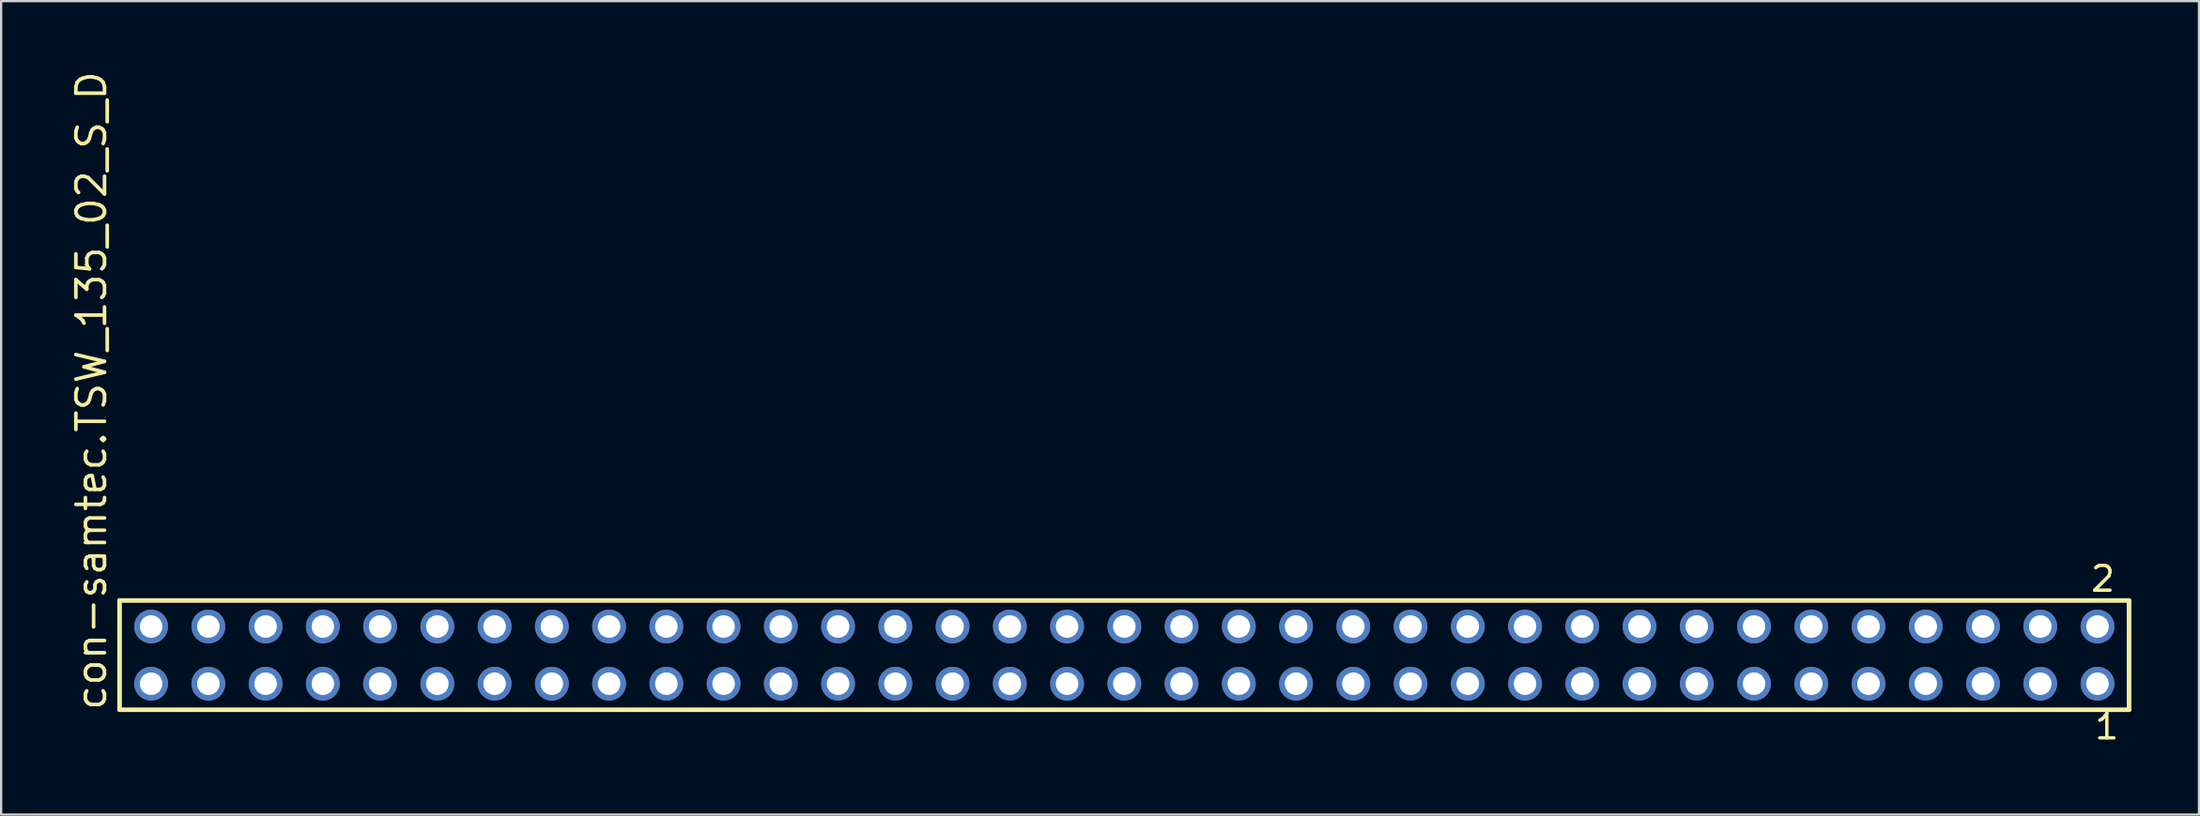
<source format=kicad_pcb>
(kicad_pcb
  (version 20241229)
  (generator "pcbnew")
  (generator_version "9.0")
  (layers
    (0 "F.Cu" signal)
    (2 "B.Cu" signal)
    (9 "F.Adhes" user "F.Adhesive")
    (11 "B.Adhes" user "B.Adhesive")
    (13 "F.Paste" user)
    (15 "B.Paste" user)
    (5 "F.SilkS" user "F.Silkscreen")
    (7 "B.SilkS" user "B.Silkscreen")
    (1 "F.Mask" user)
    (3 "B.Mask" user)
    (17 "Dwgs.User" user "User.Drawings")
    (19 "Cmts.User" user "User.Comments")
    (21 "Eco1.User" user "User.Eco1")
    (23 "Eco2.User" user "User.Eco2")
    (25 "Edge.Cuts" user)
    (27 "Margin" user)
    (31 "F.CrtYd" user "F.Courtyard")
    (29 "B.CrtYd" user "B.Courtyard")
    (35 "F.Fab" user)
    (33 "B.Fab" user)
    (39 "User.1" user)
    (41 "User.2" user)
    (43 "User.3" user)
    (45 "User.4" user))
  (footprint "con-samtec.TSW_135_02_S_D"
    (layer "F.Cu")
    (at 46.835 26.049)
    (property "Reference" "con-samtec.TSW_135_02_S_D" (at -45.085 2.54 90) (layer "F.SilkS") (effects (font (size 1.27 1.27) (thickness 0.16)) (justify left bottom)))
    (attr through_hole)
    (fp_line (start -44.579 -2.425) (end 44.579 -2.425) (stroke (width 0.203) (type default)) (layer "F.SilkS"))
    (fp_line (start -44.579 2.425) (end -44.579 -2.425) (stroke (width 0.203) (type default)) (layer "F.SilkS"))
    (fp_line (start 44.579 -2.425) (end 44.579 2.425) (stroke (width 0.203) (type default)) (layer "F.SilkS"))
    (fp_line (start 44.579 2.425) (end -44.579 2.425) (stroke (width 0.203) (type default)) (layer "F.SilkS"))
    (fp_rect (start -43.53 -0.92) (end -42.83 -1.62) (stroke (width 0.05) (type default)) (fill no) (layer "F.Fab"))
    (fp_rect (start -43.53 1.62) (end -42.83 0.92) (stroke (width 0.05) (type default)) (fill no) (layer "F.Fab"))
    (fp_rect (start -40.99 -0.92) (end -40.29 -1.62) (stroke (width 0.05) (type default)) (fill no) (layer "F.Fab"))
    (fp_rect (start -40.99 1.62) (end -40.29 0.92) (stroke (width 0.05) (type default)) (fill no) (layer "F.Fab"))
    (fp_rect (start -38.45 -0.92) (end -37.75 -1.62) (stroke (width 0.05) (type default)) (fill no) (layer "F.Fab"))
    (fp_rect (start -38.45 1.62) (end -37.75 0.92) (stroke (width 0.05) (type default)) (fill no) (layer "F.Fab"))
    (fp_rect (start -35.91 -0.92) (end -35.21 -1.62) (stroke (width 0.05) (type default)) (fill no) (layer "F.Fab"))
    (fp_rect (start -35.91 1.62) (end -35.21 0.92) (stroke (width 0.05) (type default)) (fill no) (layer "F.Fab"))
    (fp_rect (start -33.37 -0.92) (end -32.67 -1.62) (stroke (width 0.05) (type default)) (fill no) (layer "F.Fab"))
    (fp_rect (start -33.37 1.62) (end -32.67 0.92) (stroke (width 0.05) (type default)) (fill no) (layer "F.Fab"))
    (fp_rect (start -30.83 -0.92) (end -30.13 -1.62) (stroke (width 0.05) (type default)) (fill no) (layer "F.Fab"))
    (fp_rect (start -30.83 1.62) (end -30.13 0.92) (stroke (width 0.05) (type default)) (fill no) (layer "F.Fab"))
    (fp_rect (start -28.29 -0.92) (end -27.59 -1.62) (stroke (width 0.05) (type default)) (fill no) (layer "F.Fab"))
    (fp_rect (start -28.29 1.62) (end -27.59 0.92) (stroke (width 0.05) (type default)) (fill no) (layer "F.Fab"))
    (fp_rect (start -25.75 -0.92) (end -25.05 -1.62) (stroke (width 0.05) (type default)) (fill no) (layer "F.Fab"))
    (fp_rect (start -25.75 1.62) (end -25.05 0.92) (stroke (width 0.05) (type default)) (fill no) (layer "F.Fab"))
    (fp_rect (start -23.21 -0.92) (end -22.51 -1.62) (stroke (width 0.05) (type default)) (fill no) (layer "F.Fab"))
    (fp_rect (start -23.21 1.62) (end -22.51 0.92) (stroke (width 0.05) (type default)) (fill no) (layer "F.Fab"))
    (fp_rect (start -20.67 -0.92) (end -19.97 -1.62) (stroke (width 0.05) (type default)) (fill no) (layer "F.Fab"))
    (fp_rect (start -20.67 1.62) (end -19.97 0.92) (stroke (width 0.05) (type default)) (fill no) (layer "F.Fab"))
    (fp_rect (start -18.13 -0.92) (end -17.43 -1.62) (stroke (width 0.05) (type default)) (fill no) (layer "F.Fab"))
    (fp_rect (start -18.13 1.62) (end -17.43 0.92) (stroke (width 0.05) (type default)) (fill no) (layer "F.Fab"))
    (fp_rect (start -15.59 -0.92) (end -14.89 -1.62) (stroke (width 0.05) (type default)) (fill no) (layer "F.Fab"))
    (fp_rect (start -15.59 1.62) (end -14.89 0.92) (stroke (width 0.05) (type default)) (fill no) (layer "F.Fab"))
    (fp_rect (start -13.05 -0.92) (end -12.35 -1.62) (stroke (width 0.05) (type default)) (fill no) (layer "F.Fab"))
    (fp_rect (start -13.05 1.62) (end -12.35 0.92) (stroke (width 0.05) (type default)) (fill no) (layer "F.Fab"))
    (fp_rect (start -10.51 -0.92) (end -9.81 -1.62) (stroke (width 0.05) (type default)) (fill no) (layer "F.Fab"))
    (fp_rect (start -10.51 1.62) (end -9.81 0.92) (stroke (width 0.05) (type default)) (fill no) (layer "F.Fab"))
    (fp_rect (start -7.97 -0.92) (end -7.27 -1.62) (stroke (width 0.05) (type default)) (fill no) (layer "F.Fab"))
    (fp_rect (start -7.97 1.62) (end -7.27 0.92) (stroke (width 0.05) (type default)) (fill no) (layer "F.Fab"))
    (fp_rect (start -5.43 -0.92) (end -4.73 -1.62) (stroke (width 0.05) (type default)) (fill no) (layer "F.Fab"))
    (fp_rect (start -5.43 1.62) (end -4.73 0.92) (stroke (width 0.05) (type default)) (fill no) (layer "F.Fab"))
    (fp_rect (start -2.89 -0.92) (end -2.19 -1.62) (stroke (width 0.05) (type default)) (fill no) (layer "F.Fab"))
    (fp_rect (start -2.89 1.62) (end -2.19 0.92) (stroke (width 0.05) (type default)) (fill no) (layer "F.Fab"))
    (fp_rect (start -0.35 -0.92) (end 0.35 -1.62) (stroke (width 0.05) (type default)) (fill no) (layer "F.Fab"))
    (fp_rect (start -0.35 1.62) (end 0.35 0.92) (stroke (width 0.05) (type default)) (fill no) (layer "F.Fab"))
    (fp_rect (start 2.19 -0.92) (end 2.89 -1.62) (stroke (width 0.05) (type default)) (fill no) (layer "F.Fab"))
    (fp_rect (start 2.19 1.62) (end 2.89 0.92) (stroke (width 0.05) (type default)) (fill no) (layer "F.Fab"))
    (fp_rect (start 4.73 -0.92) (end 5.43 -1.62) (stroke (width 0.05) (type default)) (fill no) (layer "F.Fab"))
    (fp_rect (start 4.73 1.62) (end 5.43 0.92) (stroke (width 0.05) (type default)) (fill no) (layer "F.Fab"))
    (fp_rect (start 7.27 -0.92) (end 7.97 -1.62) (stroke (width 0.05) (type default)) (fill no) (layer "F.Fab"))
    (fp_rect (start 7.27 1.62) (end 7.97 0.92) (stroke (width 0.05) (type default)) (fill no) (layer "F.Fab"))
    (fp_rect (start 9.81 -0.92) (end 10.51 -1.62) (stroke (width 0.05) (type default)) (fill no) (layer "F.Fab"))
    (fp_rect (start 9.81 1.62) (end 10.51 0.92) (stroke (width 0.05) (type default)) (fill no) (layer "F.Fab"))
    (fp_rect (start 12.35 -0.92) (end 13.05 -1.62) (stroke (width 0.05) (type default)) (fill no) (layer "F.Fab"))
    (fp_rect (start 12.35 1.62) (end 13.05 0.92) (stroke (width 0.05) (type default)) (fill no) (layer "F.Fab"))
    (fp_rect (start 14.89 -0.92) (end 15.59 -1.62) (stroke (width 0.05) (type default)) (fill no) (layer "F.Fab"))
    (fp_rect (start 14.89 1.62) (end 15.59 0.92) (stroke (width 0.05) (type default)) (fill no) (layer "F.Fab"))
    (fp_rect (start 17.43 -0.92) (end 18.13 -1.62) (stroke (width 0.05) (type default)) (fill no) (layer "F.Fab"))
    (fp_rect (start 17.43 1.62) (end 18.13 0.92) (stroke (width 0.05) (type default)) (fill no) (layer "F.Fab"))
    (fp_rect (start 19.97 -0.92) (end 20.67 -1.62) (stroke (width 0.05) (type default)) (fill no) (layer "F.Fab"))
    (fp_rect (start 19.97 1.62) (end 20.67 0.92) (stroke (width 0.05) (type default)) (fill no) (layer "F.Fab"))
    (fp_rect (start 22.51 -0.92) (end 23.21 -1.62) (stroke (width 0.05) (type default)) (fill no) (layer "F.Fab"))
    (fp_rect (start 22.51 1.62) (end 23.21 0.92) (stroke (width 0.05) (type default)) (fill no) (layer "F.Fab"))
    (fp_rect (start 25.05 -0.92) (end 25.75 -1.62) (stroke (width 0.05) (type default)) (fill no) (layer "F.Fab"))
    (fp_rect (start 25.05 1.62) (end 25.75 0.92) (stroke (width 0.05) (type default)) (fill no) (layer "F.Fab"))
    (fp_rect (start 27.59 -0.92) (end 28.29 -1.62) (stroke (width 0.05) (type default)) (fill no) (layer "F.Fab"))
    (fp_rect (start 27.59 1.62) (end 28.29 0.92) (stroke (width 0.05) (type default)) (fill no) (layer "F.Fab"))
    (fp_rect (start 30.13 -0.92) (end 30.83 -1.62) (stroke (width 0.05) (type default)) (fill no) (layer "F.Fab"))
    (fp_rect (start 30.13 1.62) (end 30.83 0.92) (stroke (width 0.05) (type default)) (fill no) (layer "F.Fab"))
    (fp_rect (start 32.67 -0.92) (end 33.37 -1.62) (stroke (width 0.05) (type default)) (fill no) (layer "F.Fab"))
    (fp_rect (start 32.67 1.62) (end 33.37 0.92) (stroke (width 0.05) (type default)) (fill no) (layer "F.Fab"))
    (fp_rect (start 35.21 -0.92) (end 35.91 -1.62) (stroke (width 0.05) (type default)) (fill no) (layer "F.Fab"))
    (fp_rect (start 35.21 1.62) (end 35.91 0.92) (stroke (width 0.05) (type default)) (fill no) (layer "F.Fab"))
    (fp_rect (start 37.75 -0.92) (end 38.45 -1.62) (stroke (width 0.05) (type default)) (fill no) (layer "F.Fab"))
    (fp_rect (start 37.75 1.62) (end 38.45 0.92) (stroke (width 0.05) (type default)) (fill no) (layer "F.Fab"))
    (fp_rect (start 40.29 -0.92) (end 40.99 -1.62) (stroke (width 0.05) (type default)) (fill no) (layer "F.Fab"))
    (fp_rect (start 40.29 1.62) (end 40.99 0.92) (stroke (width 0.05) (type default)) (fill no) (layer "F.Fab"))
    (fp_rect (start 42.83 -0.92) (end 43.53 -1.62) (stroke (width 0.05) (type default)) (fill no) (layer "F.Fab"))
    (fp_rect (start 42.83 1.62) (end 43.53 0.92) (stroke (width 0.05) (type default)) (fill no) (layer "F.Fab"))
    (fp_text user "2" (at 42.797 -2.744 0) (layer "F.SilkS") (effects (font (size 1.1 1.1) (thickness 0.15)) (justify left bottom)))
    (fp_text user "1" (at 42.972 3.818 0) (layer "F.SilkS") (effects (font (size 1.1 1.1) (thickness 0.15)) (justify left bottom)))
    (pad "1" thru_hole circle (at 43.18 1.27 180) (size 1.5 1.5) (drill 1) (layers "*.Cu" "*.Mask"))
    (pad "2" thru_hole circle (at 43.18 -1.27 180) (size 1.5 1.5) (drill 1) (layers "*.Cu" "*.Mask"))
    (pad "3" thru_hole circle (at 40.64 1.27 180) (size 1.5 1.5) (drill 1) (layers "*.Cu" "*.Mask"))
    (pad "4" thru_hole circle (at 40.64 -1.27 180) (size 1.5 1.5) (drill 1) (layers "*.Cu" "*.Mask"))
    (pad "5" thru_hole circle (at 38.1 1.27 180) (size 1.5 1.5) (drill 1) (layers "*.Cu" "*.Mask"))
    (pad "6" thru_hole circle (at 38.1 -1.27 180) (size 1.5 1.5) (drill 1) (layers "*.Cu" "*.Mask"))
    (pad "7" thru_hole circle (at 35.56 1.27 180) (size 1.5 1.5) (drill 1) (layers "*.Cu" "*.Mask"))
    (pad "8" thru_hole circle (at 35.56 -1.27 180) (size 1.5 1.5) (drill 1) (layers "*.Cu" "*.Mask"))
    (pad "9" thru_hole circle (at 33.02 1.27 180) (size 1.5 1.5) (drill 1) (layers "*.Cu" "*.Mask"))
    (pad "10" thru_hole circle (at 33.02 -1.27 180) (size 1.5 1.5) (drill 1) (layers "*.Cu" "*.Mask"))
    (pad "11" thru_hole circle (at 30.48 1.27 180) (size 1.5 1.5) (drill 1) (layers "*.Cu" "*.Mask"))
    (pad "12" thru_hole circle (at 30.48 -1.27 180) (size 1.5 1.5) (drill 1) (layers "*.Cu" "*.Mask"))
    (pad "13" thru_hole circle (at 27.94 1.27 180) (size 1.5 1.5) (drill 1) (layers "*.Cu" "*.Mask"))
    (pad "14" thru_hole circle (at 27.94 -1.27 180) (size 1.5 1.5) (drill 1) (layers "*.Cu" "*.Mask"))
    (pad "15" thru_hole circle (at 25.4 1.27 180) (size 1.5 1.5) (drill 1) (layers "*.Cu" "*.Mask"))
    (pad "16" thru_hole circle (at 25.4 -1.27 180) (size 1.5 1.5) (drill 1) (layers "*.Cu" "*.Mask"))
    (pad "17" thru_hole circle (at 22.86 1.27 180) (size 1.5 1.5) (drill 1) (layers "*.Cu" "*.Mask"))
    (pad "18" thru_hole circle (at 22.86 -1.27 180) (size 1.5 1.5) (drill 1) (layers "*.Cu" "*.Mask"))
    (pad "19" thru_hole circle (at 20.32 1.27 180) (size 1.5 1.5) (drill 1) (layers "*.Cu" "*.Mask"))
    (pad "20" thru_hole circle (at 20.32 -1.27 180) (size 1.5 1.5) (drill 1) (layers "*.Cu" "*.Mask"))
    (pad "21" thru_hole circle (at 17.78 1.27 180) (size 1.5 1.5) (drill 1) (layers "*.Cu" "*.Mask"))
    (pad "22" thru_hole circle (at 17.78 -1.27 180) (size 1.5 1.5) (drill 1) (layers "*.Cu" "*.Mask"))
    (pad "23" thru_hole circle (at 15.24 1.27 180) (size 1.5 1.5) (drill 1) (layers "*.Cu" "*.Mask"))
    (pad "24" thru_hole circle (at 15.24 -1.27 180) (size 1.5 1.5) (drill 1) (layers "*.Cu" "*.Mask"))
    (pad "25" thru_hole circle (at 12.7 1.27 180) (size 1.5 1.5) (drill 1) (layers "*.Cu" "*.Mask"))
    (pad "26" thru_hole circle (at 12.7 -1.27 180) (size 1.5 1.5) (drill 1) (layers "*.Cu" "*.Mask"))
    (pad "27" thru_hole circle (at 10.16 1.27 180) (size 1.5 1.5) (drill 1) (layers "*.Cu" "*.Mask"))
    (pad "28" thru_hole circle (at 10.16 -1.27 180) (size 1.5 1.5) (drill 1) (layers "*.Cu" "*.Mask"))
    (pad "29" thru_hole circle (at 7.62 1.27 180) (size 1.5 1.5) (drill 1) (layers "*.Cu" "*.Mask"))
    (pad "30" thru_hole circle (at 7.62 -1.27 180) (size 1.5 1.5) (drill 1) (layers "*.Cu" "*.Mask"))
    (pad "31" thru_hole circle (at 5.08 1.27 180) (size 1.5 1.5) (drill 1) (layers "*.Cu" "*.Mask"))
    (pad "32" thru_hole circle (at 5.08 -1.27 180) (size 1.5 1.5) (drill 1) (layers "*.Cu" "*.Mask"))
    (pad "33" thru_hole circle (at 2.54 1.27 180) (size 1.5 1.5) (drill 1) (layers "*.Cu" "*.Mask"))
    (pad "34" thru_hole circle (at 2.54 -1.27 180) (size 1.5 1.5) (drill 1) (layers "*.Cu" "*.Mask"))
    (pad "35" thru_hole circle (at 0 1.27 180) (size 1.5 1.5) (drill 1) (layers "*.Cu" "*.Mask"))
    (pad "36" thru_hole circle (at 0 -1.27 180) (size 1.5 1.5) (drill 1) (layers "*.Cu" "*.Mask"))
    (pad "37" thru_hole circle (at -2.54 1.27 180) (size 1.5 1.5) (drill 1) (layers "*.Cu" "*.Mask"))
    (pad "38" thru_hole circle (at -2.54 -1.27 180) (size 1.5 1.5) (drill 1) (layers "*.Cu" "*.Mask"))
    (pad "39" thru_hole circle (at -5.08 1.27 180) (size 1.5 1.5) (drill 1) (layers "*.Cu" "*.Mask"))
    (pad "40" thru_hole circle (at -5.08 -1.27 180) (size 1.5 1.5) (drill 1) (layers "*.Cu" "*.Mask"))
    (pad "41" thru_hole circle (at -7.62 1.27 180) (size 1.5 1.5) (drill 1) (layers "*.Cu" "*.Mask"))
    (pad "42" thru_hole circle (at -7.62 -1.27 180) (size 1.5 1.5) (drill 1) (layers "*.Cu" "*.Mask"))
    (pad "43" thru_hole circle (at -10.16 1.27 180) (size 1.5 1.5) (drill 1) (layers "*.Cu" "*.Mask"))
    (pad "44" thru_hole circle (at -10.16 -1.27 180) (size 1.5 1.5) (drill 1) (layers "*.Cu" "*.Mask"))
    (pad "45" thru_hole circle (at -12.7 1.27 180) (size 1.5 1.5) (drill 1) (layers "*.Cu" "*.Mask"))
    (pad "46" thru_hole circle (at -12.7 -1.27 180) (size 1.5 1.5) (drill 1) (layers "*.Cu" "*.Mask"))
    (pad "47" thru_hole circle (at -15.24 1.27 180) (size 1.5 1.5) (drill 1) (layers "*.Cu" "*.Mask"))
    (pad "48" thru_hole circle (at -15.24 -1.27 180) (size 1.5 1.5) (drill 1) (layers "*.Cu" "*.Mask"))
    (pad "49" thru_hole circle (at -17.78 1.27 180) (size 1.5 1.5) (drill 1) (layers "*.Cu" "*.Mask"))
    (pad "50" thru_hole circle (at -17.78 -1.27 180) (size 1.5 1.5) (drill 1) (layers "*.Cu" "*.Mask"))
    (pad "51" thru_hole circle (at -20.32 1.27 180) (size 1.5 1.5) (drill 1) (layers "*.Cu" "*.Mask"))
    (pad "52" thru_hole circle (at -20.32 -1.27 180) (size 1.5 1.5) (drill 1) (layers "*.Cu" "*.Mask"))
    (pad "53" thru_hole circle (at -22.86 1.27 180) (size 1.5 1.5) (drill 1) (layers "*.Cu" "*.Mask"))
    (pad "54" thru_hole circle (at -22.86 -1.27 180) (size 1.5 1.5) (drill 1) (layers "*.Cu" "*.Mask"))
    (pad "55" thru_hole circle (at -25.4 1.27 180) (size 1.5 1.5) (drill 1) (layers "*.Cu" "*.Mask"))
    (pad "56" thru_hole circle (at -25.4 -1.27 180) (size 1.5 1.5) (drill 1) (layers "*.Cu" "*.Mask"))
    (pad "57" thru_hole circle (at -27.94 1.27 180) (size 1.5 1.5) (drill 1) (layers "*.Cu" "*.Mask"))
    (pad "58" thru_hole circle (at -27.94 -1.27 180) (size 1.5 1.5) (drill 1) (layers "*.Cu" "*.Mask"))
    (pad "59" thru_hole circle (at -30.48 1.27 180) (size 1.5 1.5) (drill 1) (layers "*.Cu" "*.Mask"))
    (pad "60" thru_hole circle (at -30.48 -1.27 180) (size 1.5 1.5) (drill 1) (layers "*.Cu" "*.Mask"))
    (pad "61" thru_hole circle (at -33.02 1.27 180) (size 1.5 1.5) (drill 1) (layers "*.Cu" "*.Mask"))
    (pad "62" thru_hole circle (at -33.02 -1.27 180) (size 1.5 1.5) (drill 1) (layers "*.Cu" "*.Mask"))
    (pad "63" thru_hole circle (at -35.56 1.27 180) (size 1.5 1.5) (drill 1) (layers "*.Cu" "*.Mask"))
    (pad "64" thru_hole circle (at -35.56 -1.27 180) (size 1.5 1.5) (drill 1) (layers "*.Cu" "*.Mask"))
    (pad "65" thru_hole circle (at -38.1 1.27 180) (size 1.5 1.5) (drill 1) (layers "*.Cu" "*.Mask"))
    (pad "66" thru_hole circle (at -38.1 -1.27 180) (size 1.5 1.5) (drill 1) (layers "*.Cu" "*.Mask"))
    (pad "67" thru_hole circle (at -40.64 1.27 180) (size 1.5 1.5) (drill 1) (layers "*.Cu" "*.Mask"))
    (pad "68" thru_hole circle (at -40.64 -1.27 180) (size 1.5 1.5) (drill 1) (layers "*.Cu" "*.Mask"))
    (pad "69" thru_hole circle (at -43.18 1.27 180) (size 1.5 1.5) (drill 1) (layers "*.Cu" "*.Mask"))
    (pad "70" thru_hole circle (at -43.18 -1.27 180) (size 1.5 1.5) (drill 1) (layers "*.Cu" "*.Mask")))
  (gr_rect
    (start -3 -3)
    (end 94.516 33.131)
    (stroke (width 0.1) (type default))
    (fill no)
    (layer "Edge.Cuts")))
</source>
